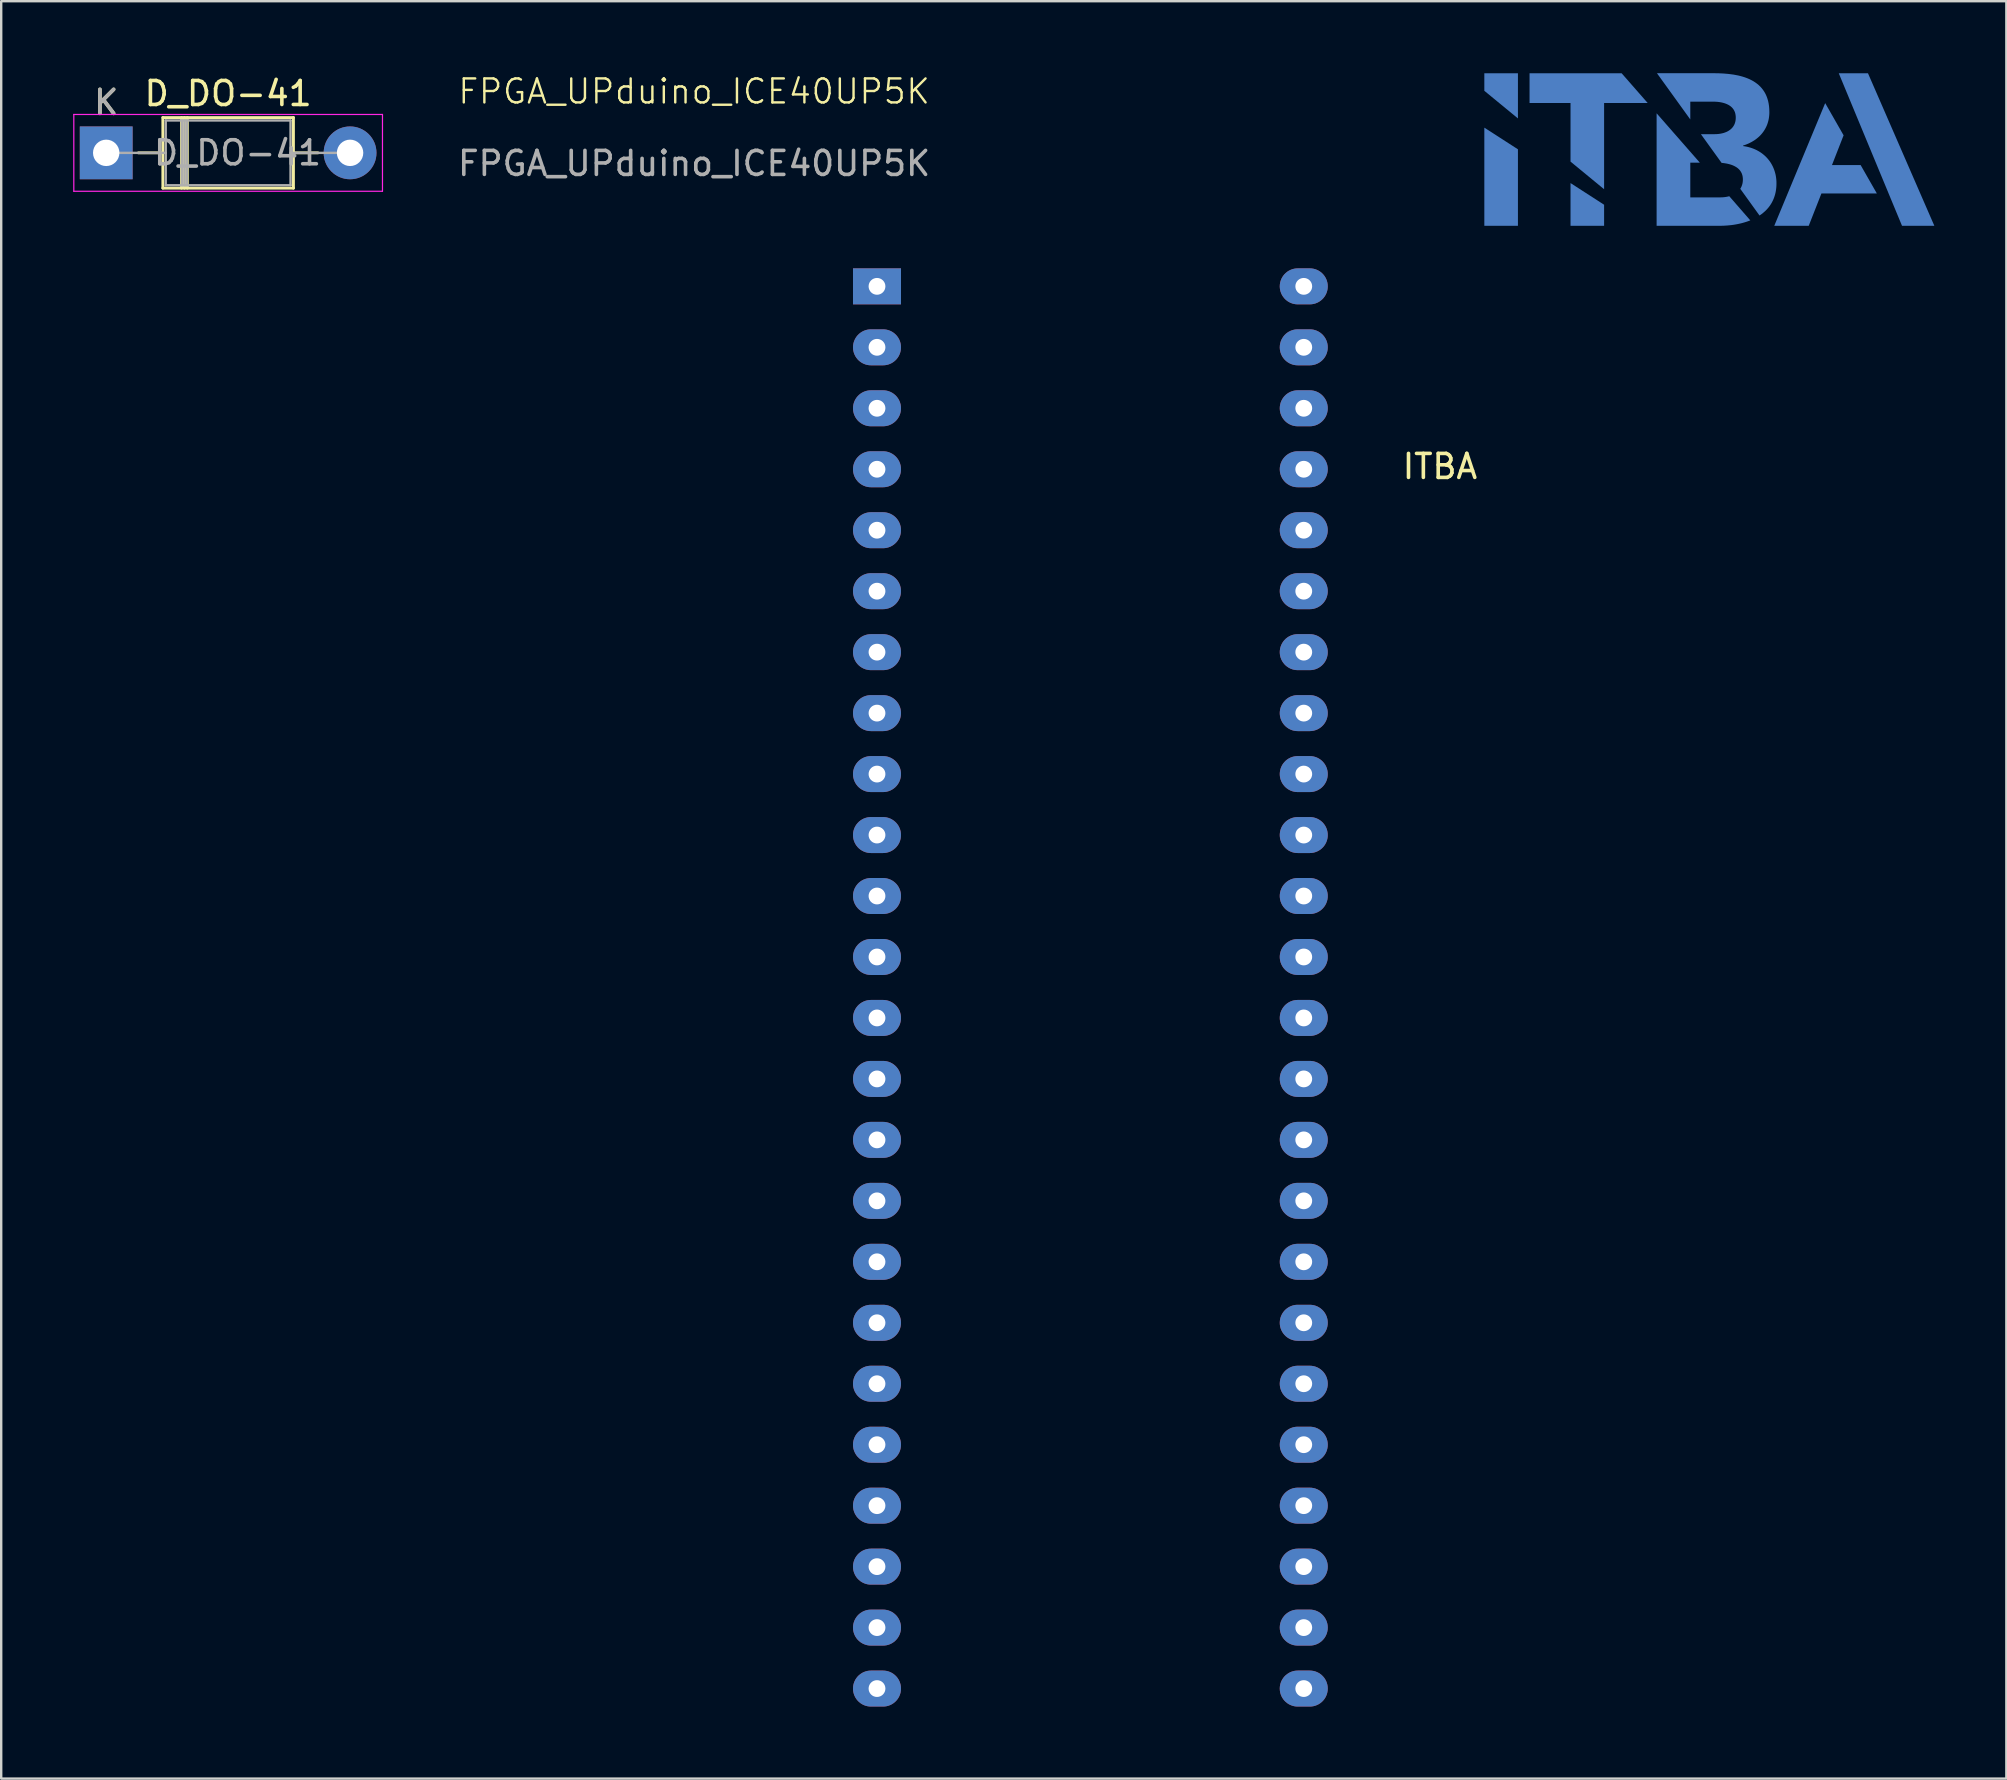
<source format=kicad_pcb>
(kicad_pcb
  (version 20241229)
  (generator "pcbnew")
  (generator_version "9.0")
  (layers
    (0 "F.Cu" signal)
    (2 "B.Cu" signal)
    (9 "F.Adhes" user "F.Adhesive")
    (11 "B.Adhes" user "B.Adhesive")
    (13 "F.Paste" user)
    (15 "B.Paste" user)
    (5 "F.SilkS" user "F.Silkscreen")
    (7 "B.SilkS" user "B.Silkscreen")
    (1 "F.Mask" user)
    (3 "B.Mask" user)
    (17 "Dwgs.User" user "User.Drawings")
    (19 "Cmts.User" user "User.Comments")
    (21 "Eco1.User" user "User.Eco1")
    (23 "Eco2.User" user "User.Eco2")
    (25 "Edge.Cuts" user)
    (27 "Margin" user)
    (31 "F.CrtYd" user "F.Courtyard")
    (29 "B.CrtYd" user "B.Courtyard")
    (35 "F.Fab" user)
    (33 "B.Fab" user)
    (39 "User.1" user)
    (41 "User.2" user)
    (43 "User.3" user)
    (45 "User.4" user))
  (footprint "D_DO-41"
    (layer "F.Cu")
    (at 1.375 3.318)
    (property "Reference" "D_DO-41" (at 5.08 -2.47 0) (layer "F.SilkS") (effects (font (size 1 1) (thickness 0.15))))
    (attr through_hole)
    (fp_line (start 1.34 0) (end 2.36 0) (stroke (width 0.12) (type solid)) (layer "F.SilkS"))
    (fp_line (start 2.36 -1.47) (end 2.36 1.47) (stroke (width 0.12) (type solid)) (layer "F.SilkS"))
    (fp_line (start 2.36 1.47) (end 7.8 1.47) (stroke (width 0.12) (type solid)) (layer "F.SilkS"))
    (fp_line (start 3.14 -1.47) (end 3.14 1.47) (stroke (width 0.12) (type solid)) (layer "F.SilkS"))
    (fp_line (start 3.26 -1.47) (end 3.26 1.47) (stroke (width 0.12) (type solid)) (layer "F.SilkS"))
    (fp_line (start 3.38 -1.47) (end 3.38 1.47) (stroke (width 0.12) (type solid)) (layer "F.SilkS"))
    (fp_line (start 7.8 -1.47) (end 2.36 -1.47) (stroke (width 0.12) (type solid)) (layer "F.SilkS"))
    (fp_line (start 7.8 1.47) (end 7.8 -1.47) (stroke (width 0.12) (type solid)) (layer "F.SilkS"))
    (fp_line (start 8.82 0) (end 7.8 0) (stroke (width 0.12) (type solid)) (layer "F.SilkS"))
    (fp_line (start -1.35 -1.6) (end -1.35 1.6) (stroke (width 0.05) (type solid)) (layer "F.CrtYd"))
    (fp_line (start -1.35 1.6) (end 11.51 1.6) (stroke (width 0.05) (type solid)) (layer "F.CrtYd"))
    (fp_line (start 11.51 -1.6) (end -1.35 -1.6) (stroke (width 0.05) (type solid)) (layer "F.CrtYd"))
    (fp_line (start 11.51 1.6) (end 11.51 -1.6) (stroke (width 0.05) (type solid)) (layer "F.CrtYd"))
    (fp_line (start 0 0) (end 2.48 0) (stroke (width 0.1) (type solid)) (layer "F.Fab"))
    (fp_line (start 2.48 -1.35) (end 2.48 1.35) (stroke (width 0.1) (type solid)) (layer "F.Fab"))
    (fp_line (start 2.48 1.35) (end 7.68 1.35) (stroke (width 0.1) (type solid)) (layer "F.Fab"))
    (fp_line (start 3.16 -1.35) (end 3.16 1.35) (stroke (width 0.1) (type solid)) (layer "F.Fab"))
    (fp_line (start 3.26 -1.35) (end 3.26 1.35) (stroke (width 0.1) (type solid)) (layer "F.Fab"))
    (fp_line (start 3.36 -1.35) (end 3.36 1.35) (stroke (width 0.1) (type solid)) (layer "F.Fab"))
    (fp_line (start 7.68 -1.35) (end 2.48 -1.35) (stroke (width 0.1) (type solid)) (layer "F.Fab"))
    (fp_line (start 7.68 1.35) (end 7.68 -1.35) (stroke (width 0.1) (type solid)) (layer "F.Fab"))
    (fp_line (start 10.16 0) (end 7.68 0) (stroke (width 0.1) (type solid)) (layer "F.Fab"))
    (fp_text user "K" (at 0 -2.1 0) (layer "F.SilkS") (effects (font (size 1 1) (thickness 0.15))))
    (fp_text user "K" (at 0 -2.1 0) (layer "F.Fab") (effects (font (size 1 1) (thickness 0.15))))
    (fp_text user "${REFERENCE}" (at 5.47 0 0) (layer "F.Fab") (effects (font (size 1 1) (thickness 0.15))))
    (pad "1" thru_hole rect (at 0 0) (size 2.2 2.2) (drill 1.1) (layers "*.Cu" "*.Mask"))
    (pad "2" thru_hole oval (at 10.16 0) (size 2.2 2.2) (drill 1.1) (layers "*.Cu" "*.Mask")))
  (footprint "ITBA"
    (layer "F.Cu")
    (at 67.191 3.384)
    (property "Reference" "ITBA" (at -10.25 13 0) (layer "F.SilkS") (effects (font (size 1 1) (thickness 0.15))))
    (attr exclude_from_pos_files exclude_from_bom allow_missing_courtyard)
    (fp_poly (pts (xy -7 -1.5) (xy -8.4 -2.651) (xy -8.4 -3.381) (xy -7 -3.381)) (stroke (width -0.000001) (type solid)) (fill yes) (layer "B.Cu"))
    (fp_poly (pts (xy -7 -0.214) (xy -7 2.974) (xy -8.4 2.974) (xy -8.4 -1.116)) (stroke (width -0.000001) (type solid)) (fill yes) (layer "B.Cu"))
    (fp_poly (pts (xy -3.41 2.096) (xy -3.41 2.974) (xy -4.809 2.974) (xy -4.809 1.193)) (stroke (width -0.000001) (type solid)) (fill yes) (layer "B.Cu"))
    (fp_poly (pts (xy 10.349 2.974) (xy 9.002 2.974) (xy 6.367 -3.381) (xy 7.584 -3.381)) (stroke (width -0.000001) (type solid)) (fill yes) (layer "B.Cu"))
    (fp_poly (pts (xy -1.595 -2.143) (xy -3.41 -2.143) (xy -3.41 1.45) (xy -4.809 0.299) (xy -4.809 -2.143) (xy -6.516 -2.143) (xy -6.516 -3.381) (xy -2.679 -3.381)) (stroke (width -0.000001) (type solid)) (fill yes) (layer "B.Cu"))
    (fp_poly (pts (xy 6.568 -0.796) (xy 6.084 0.442) (xy 7.277 0.442) (xy 7.954 1.627) (xy 5.644 1.627) (xy 5.115 2.974) (xy 3.679 2.974) (xy 5.801 -2.138)) (stroke (width -0.000001) (type solid)) (fill yes) (layer "B.Cu"))
    (fp_poly (pts (xy 0.58 0.344) (xy 0.181 0.344) (xy 0.181 1.789) (xy 1.44 1.789) (xy 1.486 1.788) (xy 1.532 1.786) (xy 1.578 1.782) (xy 1.624 1.777) (xy 1.67 1.77) (xy 1.715 1.762) (xy 1.76 1.752) (xy 1.805 1.741) (xy 2.681 2.747) (xy 2.606 2.776) (xy 2.529 2.803) (xy 2.452 2.827) (xy 2.373 2.85) (xy 2.293 2.871) (xy 2.212 2.889) (xy 2.131 2.906) (xy 2.048 2.921) (xy 1.966 2.934) (xy 1.883 2.945) (xy 1.716 2.961) (xy 1.548 2.971) (xy 1.382 2.974) (xy -1.222 2.974) (xy -1.222 -1.714)) (stroke (width -0.000001) (type solid)) (fill yes) (layer "B.Cu"))
    (fp_poly (pts (xy 1.359 -3.381) (xy 1.569 -3.371) (xy 1.777 -3.353) (xy 1.982 -3.326) (xy 2.182 -3.288) (xy 2.279 -3.264) (xy 2.375 -3.237) (xy 2.467 -3.207) (xy 2.558 -3.173) (xy 2.645 -3.136) (xy 2.73 -3.094) (xy 2.811 -3.049) (xy 2.889 -2.999) (xy 2.963 -2.945) (xy 3.033 -2.887) (xy 3.098 -2.824) (xy 3.16 -2.755) (xy 3.216 -2.682) (xy 3.268 -2.604) (xy 3.315 -2.52) (xy 3.356 -2.43) (xy 3.391 -2.335) (xy 3.421 -2.234) (xy 3.444 -2.127) (xy 3.461 -2.013) (xy 3.471 -1.894) (xy 3.475 -1.767) (xy 3.474 -1.701) (xy 3.47 -1.637) (xy 3.463 -1.574) (xy 3.455 -1.512) (xy 3.444 -1.452) (xy 3.43 -1.392) (xy 3.414 -1.335) (xy 3.396 -1.278) (xy 3.376 -1.223) (xy 3.353 -1.17) (xy 3.328 -1.118) (xy 3.301 -1.067) (xy 3.272 -1.018) (xy 3.241 -0.97) (xy 3.208 -0.924) (xy 3.173 -0.879) (xy 3.136 -0.835) (xy 3.098 -0.794) (xy 3.057 -0.753) (xy 3.014 -0.714) (xy 2.97 -0.677) (xy 2.924 -0.641) (xy 2.877 -0.606) (xy 2.827 -0.574) (xy 2.724 -0.513) (xy 2.615 -0.458) (xy 2.5 -0.41) (xy 2.379 -0.368) (xy 2.379 -0.349) (xy 2.457 -0.337) (xy 2.533 -0.323) (xy 2.607 -0.305) (xy 2.679 -0.285) (xy 2.75 -0.262) (xy 2.818 -0.236) (xy 2.885 -0.208) (xy 2.95 -0.177) (xy 3.012 -0.143) (xy 3.073 -0.107) (xy 3.131 -0.069) (xy 3.187 -0.028) (xy 3.241 0.016) (xy 3.293 0.061) (xy 3.342 0.109) (xy 3.389 0.159) (xy 3.433 0.211) (xy 3.475 0.265) (xy 3.515 0.321) (xy 3.551 0.378) (xy 3.585 0.438) (xy 3.617 0.5) (xy 3.645 0.563) (xy 3.671 0.628) (xy 3.694 0.695) (xy 3.714 0.763) (xy 3.732 0.833) (xy 3.746 0.905) (xy 3.757 0.978) (xy 3.765 1.052) (xy 3.77 1.127) (xy 3.771 1.204) (xy 3.77 1.263) (xy 3.768 1.32) (xy 3.764 1.377) (xy 3.758 1.432) (xy 3.751 1.486) (xy 3.742 1.539) (xy 3.732 1.591) (xy 3.72 1.641) (xy 3.707 1.691) (xy 3.692 1.739) (xy 3.676 1.787) (xy 3.659 1.833) (xy 3.64 1.878) (xy 3.62 1.923) (xy 3.598 1.966) (xy 3.576 2.008) (xy 3.552 2.049) (xy 3.527 2.089) (xy 3.501 2.128) (xy 3.473 2.166) (xy 3.445 2.203) (xy 3.415 2.239) (xy 3.384 2.274) (xy 3.353 2.308) (xy 3.286 2.373) (xy 3.216 2.434) (xy 3.142 2.492) (xy 3.065 2.545) (xy 2.263 1.432) (xy 2.275 1.412) (xy 2.287 1.392) (xy 2.298 1.371) (xy 2.308 1.35) (xy 2.318 1.328) (xy 2.326 1.305) (xy 2.335 1.282) (xy 2.342 1.258) (xy 2.349 1.233) (xy 2.355 1.208) (xy 2.36 1.182) (xy 2.364 1.156) (xy 2.367 1.129) (xy 2.37 1.101) (xy 2.371 1.072) (xy 2.372 1.043) (xy 2.37 0.997) (xy 2.366 0.952) (xy 2.36 0.91) (xy 2.351 0.87) (xy 2.339 0.832) (xy 2.326 0.795) (xy 2.31 0.761) (xy 2.292 0.728) (xy 2.272 0.697) (xy 2.251 0.667) (xy 2.227 0.639) (xy 2.202 0.613) (xy 2.175 0.588) (xy 2.147 0.565) (xy 2.117 0.543) (xy 2.086 0.523) (xy 2.02 0.486) (xy 1.951 0.454) (xy 1.877 0.427) (xy 1.801 0.405) (xy 1.723 0.386) (xy 1.644 0.372) (xy 1.564 0.36) (xy 1.485 0.352) (xy 0.623 -0.844) (xy 1.194 -0.844) (xy 1.275 -0.846) (xy 1.356 -0.853) (xy 1.436 -0.864) (xy 1.514 -0.88) (xy 1.552 -0.89) (xy 1.59 -0.901) (xy 1.626 -0.914) (xy 1.662 -0.928) (xy 1.698 -0.943) (xy 1.732 -0.96) (xy 1.765 -0.978) (xy 1.796 -0.998) (xy 1.827 -1.019) (xy 1.856 -1.041) (xy 1.884 -1.066) (xy 1.91 -1.091) (xy 1.935 -1.119) (xy 1.958 -1.148) (xy 1.979 -1.179) (xy 1.998 -1.211) (xy 2.016 -1.245) (xy 2.031 -1.281) (xy 2.044 -1.319) (xy 2.055 -1.358) (xy 2.064 -1.399) (xy 2.07 -1.442) (xy 2.074 -1.487) (xy 2.075 -1.534) (xy 2.074 -1.583) (xy 2.069 -1.629) (xy 2.062 -1.673) (xy 2.053 -1.715) (xy 2.041 -1.755) (xy 2.026 -1.792) (xy 2.009 -1.828) (xy 1.99 -1.861) (xy 1.969 -1.893) (xy 1.945 -1.923) (xy 1.92 -1.951) (xy 1.893 -1.977) (xy 1.864 -2.002) (xy 1.834 -2.024) (xy 1.802 -2.045) (xy 1.769 -2.065) (xy 1.699 -2.099) (xy 1.624 -2.128) (xy 1.546 -2.151) (xy 1.466 -2.169) (xy 1.383 -2.183) (xy 1.3 -2.192) (xy 1.216 -2.197) (xy 1.133 -2.198) (xy 0.181 -2.198) (xy 0.181 -1.458) (xy -1.208 -3.384) (xy 1.149 -3.384)) (stroke (width -0.000001) (type solid)) (fill yes) (layer "B.Cu")))
  (footprint "FPGA_UPduino_ICE40UP5K"
    (layer "F.Cu")
    (at 25.868 1.26)
    (property "Reference" "FPGA_UPduino_ICE40UP5K" (at 0 -0.5 0) (unlocked yes) (layer "F.SilkS") (effects (font (size 1 1) (thickness 0.1))))
    (attr through_hole)
    (fp_text user "${REFERENCE}" (at 0 2.5 0) (unlocked yes) (layer "F.Fab") (effects (font (size 1 1) (thickness 0.15))))
    (pad "0" thru_hole rect (at 7.62 7.62) (size 2 1.5) (drill 0.7) (layers "*.Cu" "*.Mask"))
    (pad "1" thru_hole oval (at 7.62 10.16) (size 2 1.5) (drill 0.7) (layers "*.Cu" "*.Mask"))
    (pad "2" thru_hole oval (at 7.62 12.7) (size 2 1.5) (drill 0.7) (layers "*.Cu" "*.Mask"))
    (pad "3" thru_hole oval (at 7.62 15.24) (size 2 1.5) (drill 0.7) (layers "*.Cu" "*.Mask"))
    (pad "4" thru_hole oval (at 7.62 17.78) (size 2 1.5) (drill 0.7) (layers "*.Cu" "*.Mask"))
    (pad "5" thru_hole oval (at 7.62 20.32) (size 2 1.5) (drill 0.7) (layers "*.Cu" "*.Mask"))
    (pad "6" thru_hole oval (at 7.62 22.86) (size 2 1.5) (drill 0.7) (layers "*.Cu" "*.Mask"))
    (pad "7" thru_hole oval (at 7.62 25.4) (size 2 1.5) (drill 0.7) (layers "*.Cu" "*.Mask"))
    (pad "8" thru_hole oval (at 7.62 27.94) (size 2 1.5) (drill 0.7) (layers "*.Cu" "*.Mask"))
    (pad "9" thru_hole oval (at 7.62 30.48) (size 2 1.5) (drill 0.7) (layers "*.Cu" "*.Mask"))
    (pad "10" thru_hole oval (at 7.62 33.02) (size 2 1.5) (drill 0.7) (layers "*.Cu" "*.Mask"))
    (pad "11" thru_hole oval (at 7.62 35.56) (size 2 1.5) (drill 0.7) (layers "*.Cu" "*.Mask"))
    (pad "12" thru_hole oval (at 7.62 38.1) (size 2 1.5) (drill 0.7) (layers "*.Cu" "*.Mask"))
    (pad "13" thru_hole oval (at 7.62 40.64) (size 2 1.5) (drill 0.7) (layers "*.Cu" "*.Mask"))
    (pad "14" thru_hole oval (at 7.62 43.18) (size 2 1.5) (drill 0.7) (layers "*.Cu" "*.Mask"))
    (pad "15" thru_hole oval (at 7.62 45.72) (size 2 1.5) (drill 0.7) (layers "*.Cu" "*.Mask"))
    (pad "16" thru_hole oval (at 7.62 48.26) (size 2 1.5) (drill 0.7) (layers "*.Cu" "*.Mask"))
    (pad "17" thru_hole oval (at 7.62 50.8) (size 2 1.5) (drill 0.7) (layers "*.Cu" "*.Mask"))
    (pad "18" thru_hole oval (at 7.62 53.34) (size 2 1.5) (drill 0.7) (layers "*.Cu" "*.Mask"))
    (pad "19" thru_hole oval (at 7.62 55.88) (size 2 1.5) (drill 0.7) (layers "*.Cu" "*.Mask"))
    (pad "20" thru_hole oval (at 7.62 58.42) (size 2 1.5) (drill 0.7) (layers "*.Cu" "*.Mask"))
    (pad "21" thru_hole oval (at 7.62 60.96) (size 2 1.5) (drill 0.7) (layers "*.Cu" "*.Mask"))
    (pad "22" thru_hole oval (at 7.62 63.5) (size 2 1.5) (drill 0.7) (layers "*.Cu" "*.Mask"))
    (pad "23" thru_hole oval (at 7.62 66.04) (size 2 1.5) (drill 0.7) (layers "*.Cu" "*.Mask"))
    (pad "24" thru_hole oval (at 25.4 66.04 180) (size 2 1.5) (drill 0.7) (layers "*.Cu" "*.Mask"))
    (pad "25" thru_hole oval (at 25.4 63.5 180) (size 2 1.5) (drill 0.7) (layers "*.Cu" "*.Mask"))
    (pad "26" thru_hole oval (at 25.4 60.96 180) (size 2 1.5) (drill 0.7) (layers "*.Cu" "*.Mask"))
    (pad "27" thru_hole oval (at 25.4 58.42 180) (size 2 1.5) (drill 0.7) (layers "*.Cu" "*.Mask"))
    (pad "28" thru_hole oval (at 25.4 55.88 180) (size 2 1.5) (drill 0.7) (layers "*.Cu" "*.Mask"))
    (pad "29" thru_hole oval (at 25.4 53.34 180) (size 2 1.5) (drill 0.7) (layers "*.Cu" "*.Mask"))
    (pad "30" thru_hole oval (at 25.4 50.8 180) (size 2 1.5) (drill 0.7) (layers "*.Cu" "*.Mask"))
    (pad "31" thru_hole oval (at 25.4 48.26 180) (size 2 1.5) (drill 0.7) (layers "*.Cu" "*.Mask"))
    (pad "32" thru_hole oval (at 25.4 45.72 180) (size 2 1.5) (drill 0.7) (layers "*.Cu" "*.Mask"))
    (pad "33" thru_hole oval (at 25.4 43.18 180) (size 2 1.5) (drill 0.7) (layers "*.Cu" "*.Mask"))
    (pad "34" thru_hole oval (at 25.4 40.64 180) (size 2 1.5) (drill 0.7) (layers "*.Cu" "*.Mask"))
    (pad "35" thru_hole oval (at 25.4 38.1 180) (size 2 1.5) (drill 0.7) (layers "*.Cu" "*.Mask"))
    (pad "36" thru_hole oval (at 25.4 35.56 180) (size 2 1.5) (drill 0.7) (layers "*.Cu" "*.Mask"))
    (pad "37" thru_hole oval (at 25.4 33.02 180) (size 2 1.5) (drill 0.7) (layers "*.Cu" "*.Mask"))
    (pad "38" thru_hole oval (at 25.4 30.48 180) (size 2 1.5) (drill 0.7) (layers "*.Cu" "*.Mask"))
    (pad "39" thru_hole oval (at 25.4 27.94 180) (size 2 1.5) (drill 0.7) (layers "*.Cu" "*.Mask"))
    (pad "40" thru_hole oval (at 25.4 25.4 180) (size 2 1.5) (drill 0.7) (layers "*.Cu" "*.Mask"))
    (pad "41" thru_hole oval (at 25.4 22.86 180) (size 2 1.5) (drill 0.7) (layers "*.Cu" "*.Mask"))
    (pad "42" thru_hole oval (at 25.4 20.32 180) (size 2 1.5) (drill 0.7) (layers "*.Cu" "*.Mask"))
    (pad "43" thru_hole oval (at 25.4 17.78 180) (size 2 1.5) (drill 0.7) (layers "*.Cu" "*.Mask"))
    (pad "44" thru_hole oval (at 25.4 15.24 180) (size 2 1.5) (drill 0.7) (layers "*.Cu" "*.Mask"))
    (pad "45" thru_hole oval (at 25.4 12.7 180) (size 2 1.5) (drill 0.7) (layers "*.Cu" "*.Mask"))
    (pad "46" thru_hole oval (at 25.4 10.16 180) (size 2 1.5) (drill 0.7) (layers "*.Cu" "*.Mask"))
    (pad "47" thru_hole oval (at 25.4 7.62 180) (size 2 1.5) (drill 0.7) (layers "*.Cu" "*.Mask")))
  (gr_rect
    (start -3 -3)
    (end 80.54 71.05)
    (stroke (width 0.1) (type default))
    (fill no)
    (layer "Edge.Cuts")))
</source>
